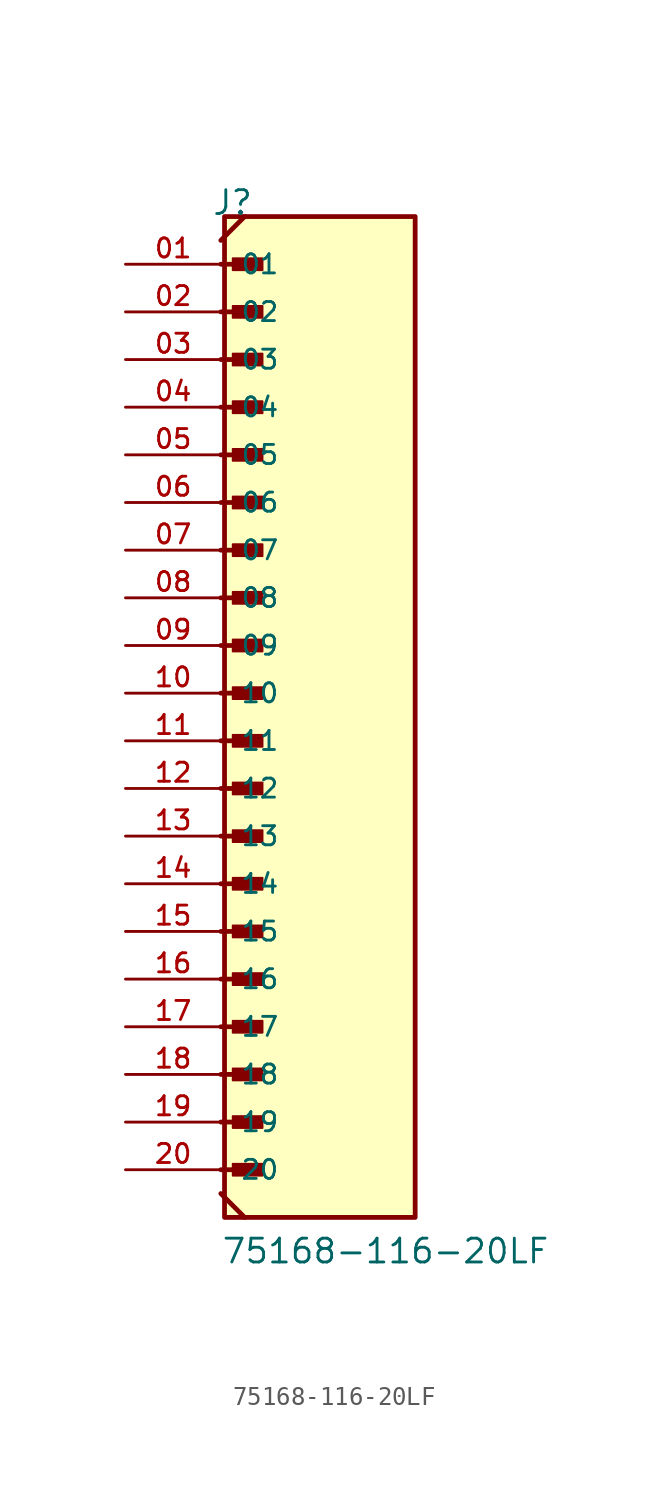
<source format=kicad_sym>
(kicad_symbol_lib
  (version 20211014)
  (generator kicad_symbol_editor)
  (symbol "75168-116-20LF"
    (pin_names
      (offset 1.016))
    (property "Reference" "J"
      (at -5.58 27.94 0)
      (effects (font (size 1.27 1.27)) (justify bottom left)))
    (property "Value" "75168-116-20LF"
      (at -5.08 -27.94 0)
      (effects (font (size 1.27 1.27)) (justify bottom left)))
    (symbol "75168-116-20LF_0_0"
      (polyline (pts (xy -5.08 25.4) (xy -3.175 25.4)) (stroke (width 0.254)))
      (rectangle (start -4.445 25.082) (end -2.857 25.718) (stroke (width 0.1)) (fill (type outline)))
      (polyline (pts (xy -5.08 22.86) (xy -3.175 22.86)) (stroke (width 0.254)))
      (rectangle (start -4.445 22.543) (end -2.857 23.177) (stroke (width 0.1)) (fill (type outline)))
      (polyline (pts (xy -5.08 20.32) (xy -3.175 20.32)) (stroke (width 0.254)))
      (rectangle (start -4.445 20.003) (end -2.857 20.637) (stroke (width 0.1)) (fill (type outline)))
      (polyline (pts (xy -5.08 17.78) (xy -3.175 17.78)) (stroke (width 0.254)))
      (rectangle (start -4.445 17.462) (end -2.857 18.098) (stroke (width 0.1)) (fill (type outline)))
      (polyline (pts (xy -5.08 15.24) (xy -3.175 15.24)) (stroke (width 0.254)))
      (rectangle (start -4.445 14.922) (end -2.857 15.557) (stroke (width 0.1)) (fill (type outline)))
      (polyline (pts (xy -5.08 12.7) (xy -3.175 12.7)) (stroke (width 0.254)))
      (rectangle (start -4.445 12.383) (end -2.857 13.018) (stroke (width 0.1)) (fill (type outline)))
      (polyline (pts (xy -5.08 10.16) (xy -3.175 10.16)) (stroke (width 0.254)))
      (rectangle (start -4.445 9.842) (end -2.857 10.477) (stroke (width 0.1)) (fill (type outline)))
      (polyline (pts (xy -5.08 7.62) (xy -3.175 7.62)) (stroke (width 0.254)))
      (rectangle (start -4.445 7.303) (end -2.857 7.938) (stroke (width 0.1)) (fill (type outline)))
      (polyline (pts (xy -5.08 5.08) (xy -3.175 5.08)) (stroke (width 0.254)))
      (rectangle (start -4.445 4.763) (end -2.857 5.397) (stroke (width 0.1)) (fill (type outline)))
      (polyline (pts (xy -5.08 2.54) (xy -3.175 2.54)) (stroke (width 0.254)))
      (rectangle (start -4.445 2.223) (end -2.857 2.857) (stroke (width 0.1)) (fill (type outline)))
      (polyline (pts (xy -5.08 0.0) (xy -3.175 0.0)) (stroke (width 0.254)))
      (rectangle (start -4.445 -0.318) (end -2.857 0.318) (stroke (width 0.1)) (fill (type outline)))
      (polyline (pts (xy -5.08 -2.54) (xy -3.175 -2.54)) (stroke (width 0.254)))
      (rectangle (start -4.445 -2.857) (end -2.857 -2.223) (stroke (width 0.1)) (fill (type outline)))
      (polyline (pts (xy -5.08 -5.08) (xy -3.175 -5.08)) (stroke (width 0.254)))
      (rectangle (start -4.445 -5.397) (end -2.857 -4.763) (stroke (width 0.1)) (fill (type outline)))
      (polyline (pts (xy -5.08 -7.62) (xy -3.175 -7.62)) (stroke (width 0.254)))
      (rectangle (start -4.445 -7.938) (end -2.857 -7.303) (stroke (width 0.1)) (fill (type outline)))
      (polyline (pts (xy -5.08 -10.16) (xy -3.175 -10.16)) (stroke (width 0.254)))
      (rectangle (start -4.445 -10.477) (end -2.857 -9.842) (stroke (width 0.1)) (fill (type outline)))
      (polyline (pts (xy -5.08 -12.7) (xy -3.175 -12.7)) (stroke (width 0.254)))
      (rectangle (start -4.445 -13.018) (end -2.857 -12.383) (stroke (width 0.1)) (fill (type outline)))
      (polyline (pts (xy -5.08 -15.24) (xy -3.175 -15.24)) (stroke (width 0.254)))
      (rectangle (start -4.445 -15.557) (end -2.857 -14.922) (stroke (width 0.1)) (fill (type outline)))
      (polyline (pts (xy -5.08 -17.78) (xy -3.175 -17.78)) (stroke (width 0.254)))
      (rectangle (start -4.445 -18.098) (end -2.857 -17.462) (stroke (width 0.1)) (fill (type outline)))
      (polyline (pts (xy -5.08 -20.32) (xy -3.175 -20.32)) (stroke (width 0.254)))
      (rectangle (start -4.445 -20.637) (end -2.857 -20.003) (stroke (width 0.1)) (fill (type outline)))
      (polyline (pts (xy -5.08 -22.86) (xy -3.175 -22.86)) (stroke (width 0.254)))
      (rectangle (start -4.445 -23.177) (end -2.857 -22.543) (stroke (width 0.1)) (fill (type outline)))
      (polyline (pts (xy -5.08 -24.13) (xy -3.81 -25.4)) (stroke (width 0.254)))
      (polyline (pts (xy -5.08 26.67) (xy -3.81 27.94)) (stroke (width 0.254)))
      (rectangle (start -4.882 -25.4) (end 5.278 27.94) (stroke (width 0.254)) (fill (type background)))
      (pin passive line (at -10.16 25.4 0) (length 5.08) (name "01" (effects (font (size 1.016 1.016)))) (number "01" (effects (font (size 1.016 1.016)))))
      (pin passive line (at -10.16 22.86 0) (length 5.08) (name "02" (effects (font (size 1.016 1.016)))) (number "02" (effects (font (size 1.016 1.016)))))
      (pin passive line (at -10.16 20.32 0) (length 5.08) (name "03" (effects (font (size 1.016 1.016)))) (number "03" (effects (font (size 1.016 1.016)))))
      (pin passive line (at -10.16 17.78 0) (length 5.08) (name "04" (effects (font (size 1.016 1.016)))) (number "04" (effects (font (size 1.016 1.016)))))
      (pin passive line (at -10.16 15.24 0) (length 5.08) (name "05" (effects (font (size 1.016 1.016)))) (number "05" (effects (font (size 1.016 1.016)))))
      (pin passive line (at -10.16 12.7 0) (length 5.08) (name "06" (effects (font (size 1.016 1.016)))) (number "06" (effects (font (size 1.016 1.016)))))
      (pin passive line (at -10.16 10.16 0) (length 5.08) (name "07" (effects (font (size 1.016 1.016)))) (number "07" (effects (font (size 1.016 1.016)))))
      (pin passive line (at -10.16 7.62 0) (length 5.08) (name "08" (effects (font (size 1.016 1.016)))) (number "08" (effects (font (size 1.016 1.016)))))
      (pin passive line (at -10.16 5.08 0) (length 5.08) (name "09" (effects (font (size 1.016 1.016)))) (number "09" (effects (font (size 1.016 1.016)))))
      (pin passive line (at -10.16 2.54 0) (length 5.08) (name "10" (effects (font (size 1.016 1.016)))) (number "10" (effects (font (size 1.016 1.016)))))
      (pin passive line (at -10.16 0.0 0) (length 5.08) (name "11" (effects (font (size 1.016 1.016)))) (number "11" (effects (font (size 1.016 1.016)))))
      (pin passive line (at -10.16 -2.54 0) (length 5.08) (name "12" (effects (font (size 1.016 1.016)))) (number "12" (effects (font (size 1.016 1.016)))))
      (pin passive line (at -10.16 -5.08 0) (length 5.08) (name "13" (effects (font (size 1.016 1.016)))) (number "13" (effects (font (size 1.016 1.016)))))
      (pin passive line (at -10.16 -7.62 0) (length 5.08) (name "14" (effects (font (size 1.016 1.016)))) (number "14" (effects (font (size 1.016 1.016)))))
      (pin passive line (at -10.16 -10.16 0) (length 5.08) (name "15" (effects (font (size 1.016 1.016)))) (number "15" (effects (font (size 1.016 1.016)))))
      (pin passive line (at -10.16 -12.7 0) (length 5.08) (name "16" (effects (font (size 1.016 1.016)))) (number "16" (effects (font (size 1.016 1.016)))))
      (pin passive line (at -10.16 -15.24 0) (length 5.08) (name "17" (effects (font (size 1.016 1.016)))) (number "17" (effects (font (size 1.016 1.016)))))
      (pin passive line (at -10.16 -17.78 0) (length 5.08) (name "18" (effects (font (size 1.016 1.016)))) (number "18" (effects (font (size 1.016 1.016)))))
      (pin passive line (at -10.16 -20.32 0) (length 5.08) (name "19" (effects (font (size 1.016 1.016)))) (number "19" (effects (font (size 1.016 1.016)))))
      (pin passive line (at -10.16 -22.86 0) (length 5.08) (name "20" (effects (font (size 1.016 1.016)))) (number "20" (effects (font (size 1.016 1.016))))))))
</source>
